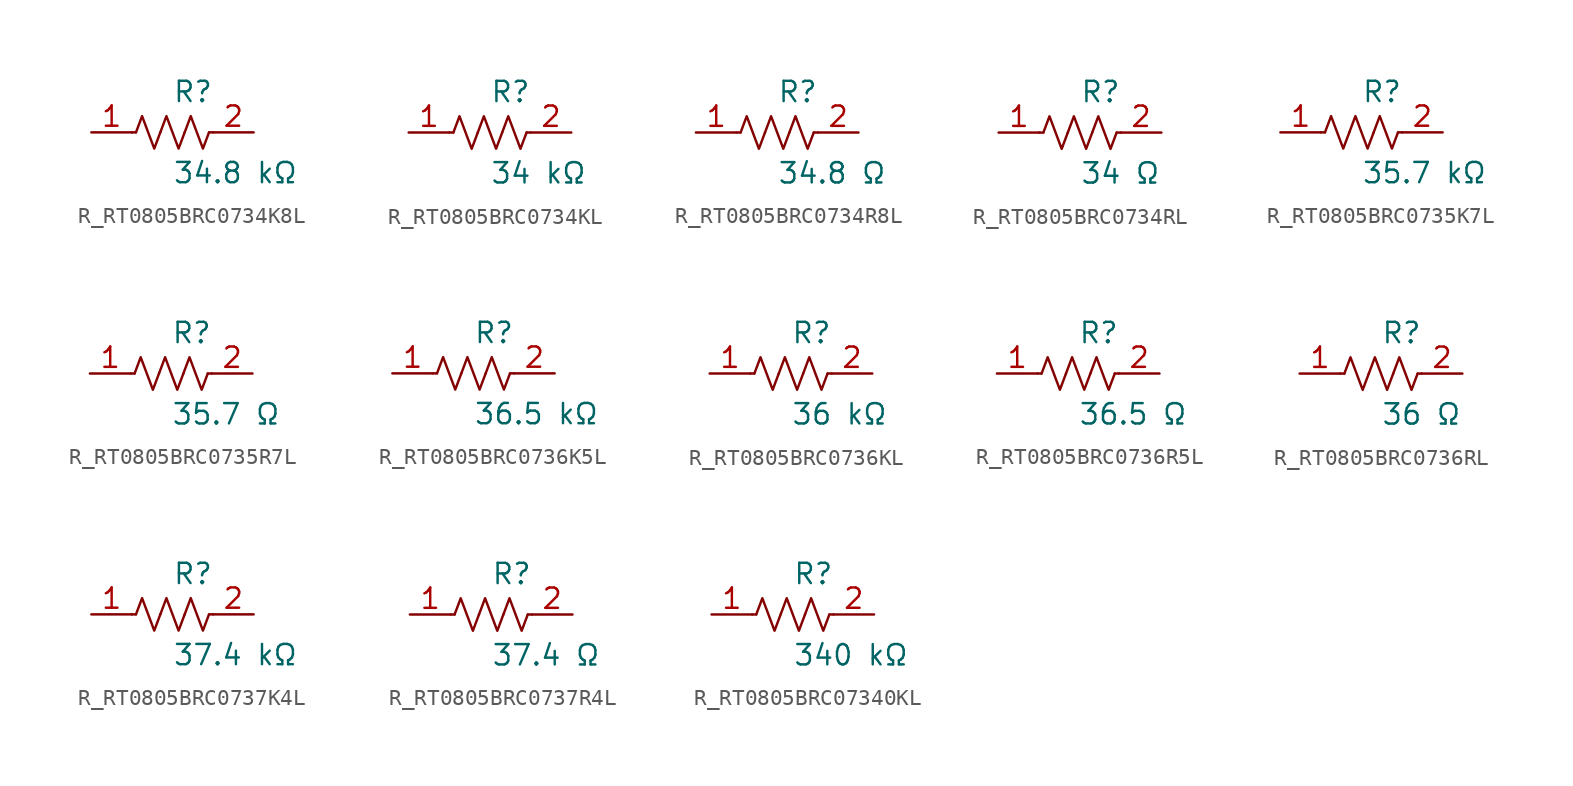
<source format=kicad_sym>
(kicad_symbol_lib
  (version 20231120)
  (generator kicad_symbol_editor)
  (generator_version 8.0)
  (symbol "R_RT0805BRC0734K8L"
    (pin_names
      (offset 0.254))
    (property "Reference" "R"
      (at 0 2.54 0)
      (effects (font (size 1.27 1.27)) (justify left)))
    (property "Value" "34.8 kΩ"
      (at 0 -2.54 0)
      (effects (font (size 1.27 1.27)) (justify left)))
    (symbol "R_RT0805BRC0734K8L_0_1"
      (polyline (pts (xy 2.286 0) (xy 2.54 0)) (stroke (width 0) (type default)) (fill (type none)))
      (polyline (pts (xy -2.286 0) (xy -2.54 0)) (stroke (width 0) (type default)) (fill (type none)))
      (polyline (pts (xy 0.762 0) (xy 1.143 1.016) (xy 1.524 0) (xy 1.905 -1.016) (xy 2.286 0)) (stroke (width 0) (type default)) (fill (type none)))
      (polyline (pts (xy -0.762 0) (xy -0.381 1.016) (xy 0 0) (xy 0.381 -1.016) (xy 0.762 0)) (stroke (width 0) (type default)) (fill (type none)))
      (polyline (pts (xy -2.286 0) (xy -1.905 1.016) (xy -1.524 0) (xy -1.143 -1.016) (xy -0.762 0)) (stroke (width 0) (type default)) (fill (type none))))
    (pin unspecified line
      (at -5.08 0 0)
      (length 2.54)
      (name "" (effects (font (size 1.27 1.27))))
      (number "1" (effects (font (size 1.27 1.27)))))
    (pin unspecified line
      (at 5.08 0 180)
      (length 2.54)
      (name "" (effects (font (size 1.27 1.27))))
      (number "2" (effects (font (size 1.27 1.27))))))
  (symbol "R_RT0805BRC0734KL"
    (pin_names
      (offset 0.254))
    (property "Reference" "R"
      (at 0 2.54 0)
      (effects (font (size 1.27 1.27)) (justify left)))
    (property "Value" "34 kΩ"
      (at 0 -2.54 0)
      (effects (font (size 1.27 1.27)) (justify left)))
    (symbol "R_RT0805BRC0734KL_0_1"
      (polyline (pts (xy 2.286 0) (xy 2.54 0)) (stroke (width 0) (type default)) (fill (type none)))
      (polyline (pts (xy -2.286 0) (xy -2.54 0)) (stroke (width 0) (type default)) (fill (type none)))
      (polyline (pts (xy 0.762 0) (xy 1.143 1.016) (xy 1.524 0) (xy 1.905 -1.016) (xy 2.286 0)) (stroke (width 0) (type default)) (fill (type none)))
      (polyline (pts (xy -0.762 0) (xy -0.381 1.016) (xy 0 0) (xy 0.381 -1.016) (xy 0.762 0)) (stroke (width 0) (type default)) (fill (type none)))
      (polyline (pts (xy -2.286 0) (xy -1.905 1.016) (xy -1.524 0) (xy -1.143 -1.016) (xy -0.762 0)) (stroke (width 0) (type default)) (fill (type none))))
    (pin unspecified line
      (at -5.08 0 0)
      (length 2.54)
      (name "" (effects (font (size 1.27 1.27))))
      (number "1" (effects (font (size 1.27 1.27)))))
    (pin unspecified line
      (at 5.08 0 180)
      (length 2.54)
      (name "" (effects (font (size 1.27 1.27))))
      (number "2" (effects (font (size 1.27 1.27))))))
  (symbol "R_RT0805BRC0734R8L"
    (pin_names
      (offset 0.254))
    (property "Reference" "R"
      (at 0 2.54 0)
      (effects (font (size 1.27 1.27)) (justify left)))
    (property "Value" "34.8 Ω"
      (at 0 -2.54 0)
      (effects (font (size 1.27 1.27)) (justify left)))
    (symbol "R_RT0805BRC0734R8L_0_1"
      (polyline (pts (xy 2.286 0) (xy 2.54 0)) (stroke (width 0) (type default)) (fill (type none)))
      (polyline (pts (xy -2.286 0) (xy -2.54 0)) (stroke (width 0) (type default)) (fill (type none)))
      (polyline (pts (xy 0.762 0) (xy 1.143 1.016) (xy 1.524 0) (xy 1.905 -1.016) (xy 2.286 0)) (stroke (width 0) (type default)) (fill (type none)))
      (polyline (pts (xy -0.762 0) (xy -0.381 1.016) (xy 0 0) (xy 0.381 -1.016) (xy 0.762 0)) (stroke (width 0) (type default)) (fill (type none)))
      (polyline (pts (xy -2.286 0) (xy -1.905 1.016) (xy -1.524 0) (xy -1.143 -1.016) (xy -0.762 0)) (stroke (width 0) (type default)) (fill (type none))))
    (pin unspecified line
      (at -5.08 0 0)
      (length 2.54)
      (name "" (effects (font (size 1.27 1.27))))
      (number "1" (effects (font (size 1.27 1.27)))))
    (pin unspecified line
      (at 5.08 0 180)
      (length 2.54)
      (name "" (effects (font (size 1.27 1.27))))
      (number "2" (effects (font (size 1.27 1.27))))))
  (symbol "R_RT0805BRC0734RL"
    (pin_names
      (offset 0.254))
    (property "Reference" "R"
      (at 0 2.54 0)
      (effects (font (size 1.27 1.27)) (justify left)))
    (property "Value" "34 Ω"
      (at 0 -2.54 0)
      (effects (font (size 1.27 1.27)) (justify left)))
    (symbol "R_RT0805BRC0734RL_0_1"
      (polyline (pts (xy 2.286 0) (xy 2.54 0)) (stroke (width 0) (type default)) (fill (type none)))
      (polyline (pts (xy -2.286 0) (xy -2.54 0)) (stroke (width 0) (type default)) (fill (type none)))
      (polyline (pts (xy 0.762 0) (xy 1.143 1.016) (xy 1.524 0) (xy 1.905 -1.016) (xy 2.286 0)) (stroke (width 0) (type default)) (fill (type none)))
      (polyline (pts (xy -0.762 0) (xy -0.381 1.016) (xy 0 0) (xy 0.381 -1.016) (xy 0.762 0)) (stroke (width 0) (type default)) (fill (type none)))
      (polyline (pts (xy -2.286 0) (xy -1.905 1.016) (xy -1.524 0) (xy -1.143 -1.016) (xy -0.762 0)) (stroke (width 0) (type default)) (fill (type none))))
    (pin unspecified line
      (at -5.08 0 0)
      (length 2.54)
      (name "" (effects (font (size 1.27 1.27))))
      (number "1" (effects (font (size 1.27 1.27)))))
    (pin unspecified line
      (at 5.08 0 180)
      (length 2.54)
      (name "" (effects (font (size 1.27 1.27))))
      (number "2" (effects (font (size 1.27 1.27))))))
  (symbol "R_RT0805BRC0735K7L"
    (pin_names
      (offset 0.254))
    (property "Reference" "R"
      (at 0 2.54 0)
      (effects (font (size 1.27 1.27)) (justify left)))
    (property "Value" "35.7 kΩ"
      (at 0 -2.54 0)
      (effects (font (size 1.27 1.27)) (justify left)))
    (symbol "R_RT0805BRC0735K7L_0_1"
      (polyline (pts (xy 2.286 0) (xy 2.54 0)) (stroke (width 0) (type default)) (fill (type none)))
      (polyline (pts (xy -2.286 0) (xy -2.54 0)) (stroke (width 0) (type default)) (fill (type none)))
      (polyline (pts (xy 0.762 0) (xy 1.143 1.016) (xy 1.524 0) (xy 1.905 -1.016) (xy 2.286 0)) (stroke (width 0) (type default)) (fill (type none)))
      (polyline (pts (xy -0.762 0) (xy -0.381 1.016) (xy 0 0) (xy 0.381 -1.016) (xy 0.762 0)) (stroke (width 0) (type default)) (fill (type none)))
      (polyline (pts (xy -2.286 0) (xy -1.905 1.016) (xy -1.524 0) (xy -1.143 -1.016) (xy -0.762 0)) (stroke (width 0) (type default)) (fill (type none))))
    (pin unspecified line
      (at -5.08 0 0)
      (length 2.54)
      (name "" (effects (font (size 1.27 1.27))))
      (number "1" (effects (font (size 1.27 1.27)))))
    (pin unspecified line
      (at 5.08 0 180)
      (length 2.54)
      (name "" (effects (font (size 1.27 1.27))))
      (number "2" (effects (font (size 1.27 1.27))))))
  (symbol "R_RT0805BRC0735R7L"
    (pin_names
      (offset 0.254))
    (property "Reference" "R"
      (at 0 2.54 0)
      (effects (font (size 1.27 1.27)) (justify left)))
    (property "Value" "35.7 Ω"
      (at 0 -2.54 0)
      (effects (font (size 1.27 1.27)) (justify left)))
    (symbol "R_RT0805BRC0735R7L_0_1"
      (polyline (pts (xy 2.286 0) (xy 2.54 0)) (stroke (width 0) (type default)) (fill (type none)))
      (polyline (pts (xy -2.286 0) (xy -2.54 0)) (stroke (width 0) (type default)) (fill (type none)))
      (polyline (pts (xy 0.762 0) (xy 1.143 1.016) (xy 1.524 0) (xy 1.905 -1.016) (xy 2.286 0)) (stroke (width 0) (type default)) (fill (type none)))
      (polyline (pts (xy -0.762 0) (xy -0.381 1.016) (xy 0 0) (xy 0.381 -1.016) (xy 0.762 0)) (stroke (width 0) (type default)) (fill (type none)))
      (polyline (pts (xy -2.286 0) (xy -1.905 1.016) (xy -1.524 0) (xy -1.143 -1.016) (xy -0.762 0)) (stroke (width 0) (type default)) (fill (type none))))
    (pin unspecified line
      (at -5.08 0 0)
      (length 2.54)
      (name "" (effects (font (size 1.27 1.27))))
      (number "1" (effects (font (size 1.27 1.27)))))
    (pin unspecified line
      (at 5.08 0 180)
      (length 2.54)
      (name "" (effects (font (size 1.27 1.27))))
      (number "2" (effects (font (size 1.27 1.27))))))
  (symbol "R_RT0805BRC0736K5L"
    (pin_names
      (offset 0.254))
    (property "Reference" "R"
      (at 0 2.54 0)
      (effects (font (size 1.27 1.27)) (justify left)))
    (property "Value" "36.5 kΩ"
      (at 0 -2.54 0)
      (effects (font (size 1.27 1.27)) (justify left)))
    (symbol "R_RT0805BRC0736K5L_0_1"
      (polyline (pts (xy 2.286 0) (xy 2.54 0)) (stroke (width 0) (type default)) (fill (type none)))
      (polyline (pts (xy -2.286 0) (xy -2.54 0)) (stroke (width 0) (type default)) (fill (type none)))
      (polyline (pts (xy 0.762 0) (xy 1.143 1.016) (xy 1.524 0) (xy 1.905 -1.016) (xy 2.286 0)) (stroke (width 0) (type default)) (fill (type none)))
      (polyline (pts (xy -0.762 0) (xy -0.381 1.016) (xy 0 0) (xy 0.381 -1.016) (xy 0.762 0)) (stroke (width 0) (type default)) (fill (type none)))
      (polyline (pts (xy -2.286 0) (xy -1.905 1.016) (xy -1.524 0) (xy -1.143 -1.016) (xy -0.762 0)) (stroke (width 0) (type default)) (fill (type none))))
    (pin unspecified line
      (at -5.08 0 0)
      (length 2.54)
      (name "" (effects (font (size 1.27 1.27))))
      (number "1" (effects (font (size 1.27 1.27)))))
    (pin unspecified line
      (at 5.08 0 180)
      (length 2.54)
      (name "" (effects (font (size 1.27 1.27))))
      (number "2" (effects (font (size 1.27 1.27))))))
  (symbol "R_RT0805BRC0736KL"
    (pin_names
      (offset 0.254))
    (property "Reference" "R"
      (at 0 2.54 0)
      (effects (font (size 1.27 1.27)) (justify left)))
    (property "Value" "36 kΩ"
      (at 0 -2.54 0)
      (effects (font (size 1.27 1.27)) (justify left)))
    (symbol "R_RT0805BRC0736KL_0_1"
      (polyline (pts (xy 2.286 0) (xy 2.54 0)) (stroke (width 0) (type default)) (fill (type none)))
      (polyline (pts (xy -2.286 0) (xy -2.54 0)) (stroke (width 0) (type default)) (fill (type none)))
      (polyline (pts (xy 0.762 0) (xy 1.143 1.016) (xy 1.524 0) (xy 1.905 -1.016) (xy 2.286 0)) (stroke (width 0) (type default)) (fill (type none)))
      (polyline (pts (xy -0.762 0) (xy -0.381 1.016) (xy 0 0) (xy 0.381 -1.016) (xy 0.762 0)) (stroke (width 0) (type default)) (fill (type none)))
      (polyline (pts (xy -2.286 0) (xy -1.905 1.016) (xy -1.524 0) (xy -1.143 -1.016) (xy -0.762 0)) (stroke (width 0) (type default)) (fill (type none))))
    (pin unspecified line
      (at -5.08 0 0)
      (length 2.54)
      (name "" (effects (font (size 1.27 1.27))))
      (number "1" (effects (font (size 1.27 1.27)))))
    (pin unspecified line
      (at 5.08 0 180)
      (length 2.54)
      (name "" (effects (font (size 1.27 1.27))))
      (number "2" (effects (font (size 1.27 1.27))))))
  (symbol "R_RT0805BRC0736R5L"
    (pin_names
      (offset 0.254))
    (property "Reference" "R"
      (at 0 2.54 0)
      (effects (font (size 1.27 1.27)) (justify left)))
    (property "Value" "36.5 Ω"
      (at 0 -2.54 0)
      (effects (font (size 1.27 1.27)) (justify left)))
    (symbol "R_RT0805BRC0736R5L_0_1"
      (polyline (pts (xy 2.286 0) (xy 2.54 0)) (stroke (width 0) (type default)) (fill (type none)))
      (polyline (pts (xy -2.286 0) (xy -2.54 0)) (stroke (width 0) (type default)) (fill (type none)))
      (polyline (pts (xy 0.762 0) (xy 1.143 1.016) (xy 1.524 0) (xy 1.905 -1.016) (xy 2.286 0)) (stroke (width 0) (type default)) (fill (type none)))
      (polyline (pts (xy -0.762 0) (xy -0.381 1.016) (xy 0 0) (xy 0.381 -1.016) (xy 0.762 0)) (stroke (width 0) (type default)) (fill (type none)))
      (polyline (pts (xy -2.286 0) (xy -1.905 1.016) (xy -1.524 0) (xy -1.143 -1.016) (xy -0.762 0)) (stroke (width 0) (type default)) (fill (type none))))
    (pin unspecified line
      (at -5.08 0 0)
      (length 2.54)
      (name "" (effects (font (size 1.27 1.27))))
      (number "1" (effects (font (size 1.27 1.27)))))
    (pin unspecified line
      (at 5.08 0 180)
      (length 2.54)
      (name "" (effects (font (size 1.27 1.27))))
      (number "2" (effects (font (size 1.27 1.27))))))
  (symbol "R_RT0805BRC0736RL"
    (pin_names
      (offset 0.254))
    (property "Reference" "R"
      (at 0 2.54 0)
      (effects (font (size 1.27 1.27)) (justify left)))
    (property "Value" "36 Ω"
      (at 0 -2.54 0)
      (effects (font (size 1.27 1.27)) (justify left)))
    (symbol "R_RT0805BRC0736RL_0_1"
      (polyline (pts (xy 2.286 0) (xy 2.54 0)) (stroke (width 0) (type default)) (fill (type none)))
      (polyline (pts (xy -2.286 0) (xy -2.54 0)) (stroke (width 0) (type default)) (fill (type none)))
      (polyline (pts (xy 0.762 0) (xy 1.143 1.016) (xy 1.524 0) (xy 1.905 -1.016) (xy 2.286 0)) (stroke (width 0) (type default)) (fill (type none)))
      (polyline (pts (xy -0.762 0) (xy -0.381 1.016) (xy 0 0) (xy 0.381 -1.016) (xy 0.762 0)) (stroke (width 0) (type default)) (fill (type none)))
      (polyline (pts (xy -2.286 0) (xy -1.905 1.016) (xy -1.524 0) (xy -1.143 -1.016) (xy -0.762 0)) (stroke (width 0) (type default)) (fill (type none))))
    (pin unspecified line
      (at -5.08 0 0)
      (length 2.54)
      (name "" (effects (font (size 1.27 1.27))))
      (number "1" (effects (font (size 1.27 1.27)))))
    (pin unspecified line
      (at 5.08 0 180)
      (length 2.54)
      (name "" (effects (font (size 1.27 1.27))))
      (number "2" (effects (font (size 1.27 1.27))))))
  (symbol "R_RT0805BRC0737K4L"
    (pin_names
      (offset 0.254))
    (property "Reference" "R"
      (at 0 2.54 0)
      (effects (font (size 1.27 1.27)) (justify left)))
    (property "Value" "37.4 kΩ"
      (at 0 -2.54 0)
      (effects (font (size 1.27 1.27)) (justify left)))
    (symbol "R_RT0805BRC0737K4L_0_1"
      (polyline (pts (xy 2.286 0) (xy 2.54 0)) (stroke (width 0) (type default)) (fill (type none)))
      (polyline (pts (xy -2.286 0) (xy -2.54 0)) (stroke (width 0) (type default)) (fill (type none)))
      (polyline (pts (xy 0.762 0) (xy 1.143 1.016) (xy 1.524 0) (xy 1.905 -1.016) (xy 2.286 0)) (stroke (width 0) (type default)) (fill (type none)))
      (polyline (pts (xy -0.762 0) (xy -0.381 1.016) (xy 0 0) (xy 0.381 -1.016) (xy 0.762 0)) (stroke (width 0) (type default)) (fill (type none)))
      (polyline (pts (xy -2.286 0) (xy -1.905 1.016) (xy -1.524 0) (xy -1.143 -1.016) (xy -0.762 0)) (stroke (width 0) (type default)) (fill (type none))))
    (pin unspecified line
      (at -5.08 0 0)
      (length 2.54)
      (name "" (effects (font (size 1.27 1.27))))
      (number "1" (effects (font (size 1.27 1.27)))))
    (pin unspecified line
      (at 5.08 0 180)
      (length 2.54)
      (name "" (effects (font (size 1.27 1.27))))
      (number "2" (effects (font (size 1.27 1.27))))))
  (symbol "R_RT0805BRC0737R4L"
    (pin_names
      (offset 0.254))
    (property "Reference" "R"
      (at 0 2.54 0)
      (effects (font (size 1.27 1.27)) (justify left)))
    (property "Value" "37.4 Ω"
      (at 0 -2.54 0)
      (effects (font (size 1.27 1.27)) (justify left)))
    (symbol "R_RT0805BRC0737R4L_0_1"
      (polyline (pts (xy 2.286 0) (xy 2.54 0)) (stroke (width 0) (type default)) (fill (type none)))
      (polyline (pts (xy -2.286 0) (xy -2.54 0)) (stroke (width 0) (type default)) (fill (type none)))
      (polyline (pts (xy 0.762 0) (xy 1.143 1.016) (xy 1.524 0) (xy 1.905 -1.016) (xy 2.286 0)) (stroke (width 0) (type default)) (fill (type none)))
      (polyline (pts (xy -0.762 0) (xy -0.381 1.016) (xy 0 0) (xy 0.381 -1.016) (xy 0.762 0)) (stroke (width 0) (type default)) (fill (type none)))
      (polyline (pts (xy -2.286 0) (xy -1.905 1.016) (xy -1.524 0) (xy -1.143 -1.016) (xy -0.762 0)) (stroke (width 0) (type default)) (fill (type none))))
    (pin unspecified line
      (at -5.08 0 0)
      (length 2.54)
      (name "" (effects (font (size 1.27 1.27))))
      (number "1" (effects (font (size 1.27 1.27)))))
    (pin unspecified line
      (at 5.08 0 180)
      (length 2.54)
      (name "" (effects (font (size 1.27 1.27))))
      (number "2" (effects (font (size 1.27 1.27))))))
  (symbol "R_RT0805BRC07340KL"
    (pin_names
      (offset 0.254))
    (property "Reference" "R"
      (at 0 2.54 0)
      (effects (font (size 1.27 1.27)) (justify left)))
    (property "Value" "340 kΩ"
      (at 0 -2.54 0)
      (effects (font (size 1.27 1.27)) (justify left)))
    (symbol "R_RT0805BRC07340KL_0_1"
      (polyline (pts (xy 2.286 0) (xy 2.54 0)) (stroke (width 0) (type default)) (fill (type none)))
      (polyline (pts (xy -2.286 0) (xy -2.54 0)) (stroke (width 0) (type default)) (fill (type none)))
      (polyline (pts (xy 0.762 0) (xy 1.143 1.016) (xy 1.524 0) (xy 1.905 -1.016) (xy 2.286 0)) (stroke (width 0) (type default)) (fill (type none)))
      (polyline (pts (xy -0.762 0) (xy -0.381 1.016) (xy 0 0) (xy 0.381 -1.016) (xy 0.762 0)) (stroke (width 0) (type default)) (fill (type none)))
      (polyline (pts (xy -2.286 0) (xy -1.905 1.016) (xy -1.524 0) (xy -1.143 -1.016) (xy -0.762 0)) (stroke (width 0) (type default)) (fill (type none))))
    (pin unspecified line
      (at -5.08 0 0)
      (length 2.54)
      (name "" (effects (font (size 1.27 1.27))))
      (number "1" (effects (font (size 1.27 1.27)))))
    (pin unspecified line
      (at 5.08 0 180)
      (length 2.54)
      (name "" (effects (font (size 1.27 1.27))))
      (number "2" (effects (font (size 1.27 1.27)))))))
</source>
